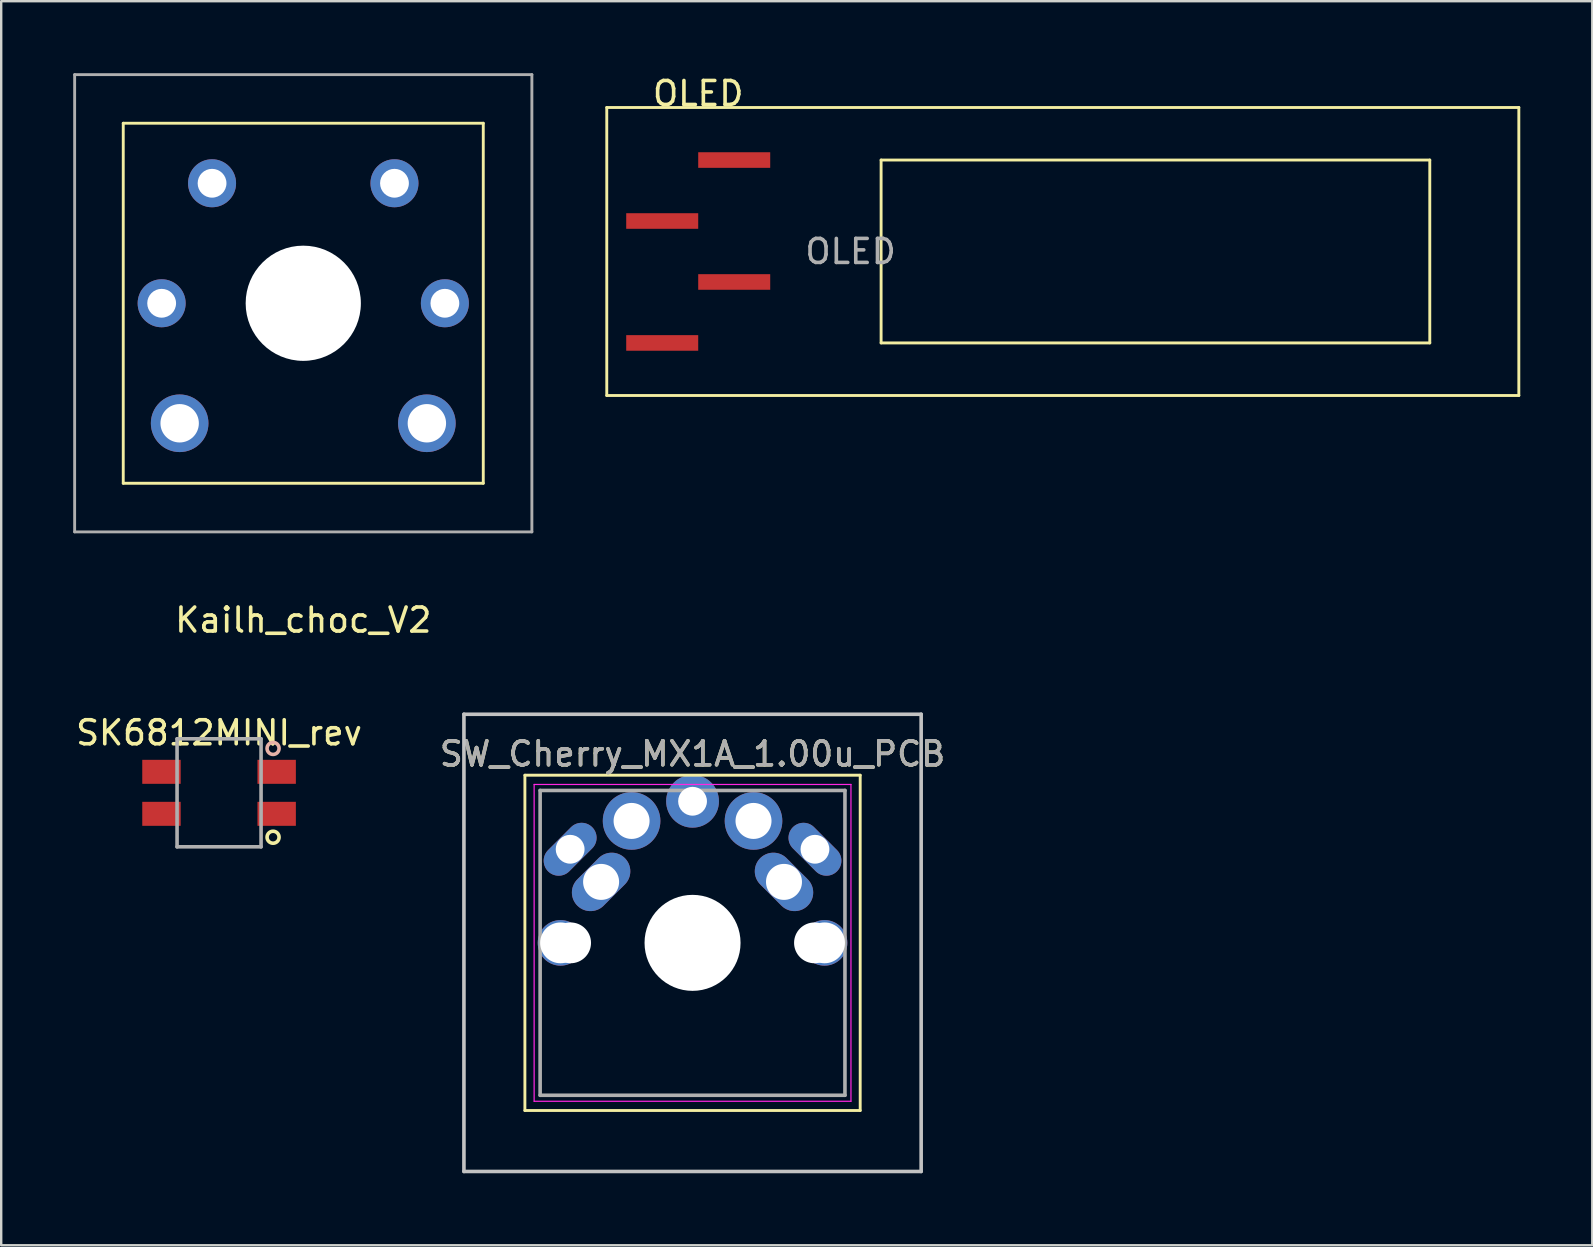
<source format=kicad_pcb>
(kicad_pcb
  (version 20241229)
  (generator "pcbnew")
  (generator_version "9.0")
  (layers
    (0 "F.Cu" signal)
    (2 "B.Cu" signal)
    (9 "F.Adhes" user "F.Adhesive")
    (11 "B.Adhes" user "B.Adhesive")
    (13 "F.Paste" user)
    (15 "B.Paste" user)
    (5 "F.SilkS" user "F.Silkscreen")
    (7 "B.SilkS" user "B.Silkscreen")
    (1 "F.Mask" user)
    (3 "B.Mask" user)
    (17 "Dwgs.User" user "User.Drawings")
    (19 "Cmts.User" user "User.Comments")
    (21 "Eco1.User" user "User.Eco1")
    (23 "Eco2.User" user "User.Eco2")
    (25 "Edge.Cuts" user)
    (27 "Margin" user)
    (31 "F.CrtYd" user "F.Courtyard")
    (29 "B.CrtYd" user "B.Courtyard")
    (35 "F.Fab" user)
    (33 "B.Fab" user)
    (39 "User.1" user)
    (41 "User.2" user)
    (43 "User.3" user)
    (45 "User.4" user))
  (footprint "SW_Cherry_MX1A_1.00u_PCB"
    (layer "F.Cu")
    (at 25.804 36.233)
    (property "Reference" "SW_Cherry_MX1A_1.00u_PCB" (at 0 -7.874 0) (layer "F.SilkS") (effects (font (size 1 1) (thickness 0.15))))
    (attr through_hole)
    (fp_line (start -6.985 -6.985) (end 6.985 -6.985) (stroke (width 0.12) (type solid)) (layer "F.SilkS"))
    (fp_line (start -6.985 6.985) (end -6.985 -6.985) (stroke (width 0.12) (type solid)) (layer "F.SilkS"))
    (fp_line (start 6.985 -6.985) (end 6.985 6.985) (stroke (width 0.12) (type solid)) (layer "F.SilkS"))
    (fp_line (start 6.985 6.985) (end -6.985 6.985) (stroke (width 0.12) (type solid)) (layer "F.SilkS"))
    (fp_line (start -9.525 -9.525) (end 9.525 -9.525) (stroke (width 0.15) (type solid)) (layer "Dwgs.User"))
    (fp_line (start -9.525 9.525) (end -9.525 -9.525) (stroke (width 0.15) (type solid)) (layer "Dwgs.User"))
    (fp_line (start 9.525 -9.525) (end 9.525 9.525) (stroke (width 0.15) (type solid)) (layer "Dwgs.User"))
    (fp_line (start 9.525 9.525) (end -9.525 9.525) (stroke (width 0.15) (type solid)) (layer "Dwgs.User"))
    (fp_line (start -6.6 -6.6) (end 6.6 -6.6) (stroke (width 0.05) (type solid)) (layer "F.CrtYd"))
    (fp_line (start -6.6 6.6) (end -6.6 -6.6) (stroke (width 0.05) (type solid)) (layer "F.CrtYd"))
    (fp_line (start 6.6 -6.6) (end 6.6 6.6) (stroke (width 0.05) (type solid)) (layer "F.CrtYd"))
    (fp_line (start 6.6 6.6) (end -6.6 6.6) (stroke (width 0.05) (type solid)) (layer "F.CrtYd"))
    (fp_line (start -6.35 -6.35) (end 6.35 -6.35) (stroke (width 0.15) (type solid)) (layer "F.Fab"))
    (fp_line (start -6.35 6.35) (end -6.35 -6.35) (stroke (width 0.15) (type solid)) (layer "F.Fab"))
    (fp_line (start 6.35 -6.35) (end 6.35 6.35) (stroke (width 0.15) (type solid)) (layer "F.Fab"))
    (fp_line (start 6.35 6.35) (end -6.35 6.35) (stroke (width 0.15) (type solid)) (layer "F.Fab"))
    (fp_text user "${REFERENCE}" (at 0 -7.874 0) (layer "F.Fab") (effects (font (size 1 1) (thickness 0.15))))
    (pad "" np_thru_hole circle (at -5.5 0) (size 1.9 1.9) (drill 1.7) (layers "*.Cu" "*.Mask"))
    (pad "" np_thru_hole circle (at -5.08 0) (size 1.7 1.7) (drill 1.7) (layers "*.Cu" "*.Mask"))
    (pad "" np_thru_hole circle (at 0 0) (size 4 4) (drill 4) (layers "*.Cu" "*.Mask"))
    (pad "" np_thru_hole circle (at 5.08 0) (size 1.7 1.7) (drill 1.7) (layers "*.Cu" "*.Mask"))
    (pad "" np_thru_hole circle (at 5.5 0) (size 1.9 1.9) (drill 1.7) (layers "*.Cu" "*.Mask"))
    (pad "1" thru_hole oval (at -5.1 -3.9 315) (size 1.25 2.6) (drill 1.2) (layers "*.Cu" "*.Mask"))
    (pad "1" thru_hole oval (at -3.81 -2.54 315) (size 1.55 2.8) (drill 1.5) (layers "*.Cu" "*.Mask"))
    (pad "1" thru_hole circle (at -2.54 -5.08) (size 2.4 2.4) (drill 1.5) (layers "*.Cu" "*.Mask"))
    (pad "1" thru_hole oval (at 5.1 -3.9 45) (size 1.25 2.6) (drill 1.2) (layers "*.Cu" "*.Mask"))
    (pad "2" thru_hole circle (at 0 -5.9) (size 2.2 2.2) (drill 1.2) (layers "*.Cu" "*.Mask"))
    (pad "2" thru_hole circle (at 2.54 -5.08) (size 2.4 2.4) (drill 1.5) (layers "*.Cu" "*.Mask"))
    (pad "2" thru_hole oval (at 3.81 -2.54 45) (size 1.55 2.8) (drill 1.5) (layers "*.Cu" "*.Mask")))
  (footprint "Kailh_choc_V2"
    (layer "F.Cu")
    (at 9.585 9.585)
    (property "Reference" "Kailh_choc_V2" (at 0 13.2 0) (layer "F.SilkS") (effects (font (size 1 1) (thickness 0.15))))
    (attr through_hole)
    (fp_line (start -7.5 -7.5) (end 7.5 -7.5) (stroke (width 0.12) (type solid)) (layer "F.SilkS"))
    (fp_line (start -7.5 7.5) (end -7.5 -7.5) (stroke (width 0.12) (type solid)) (layer "F.SilkS"))
    (fp_line (start -7.5 7.5) (end 7.5 7.5) (stroke (width 0.12) (type solid)) (layer "F.SilkS"))
    (fp_line (start 7.5 -7.5) (end 7.5 7.5) (stroke (width 0.12) (type solid)) (layer "F.SilkS"))
    (fp_line (start -9.525 -9.525) (end 9.525 -9.525) (stroke (width 0.12) (type solid)) (layer "F.Fab"))
    (fp_line (start -9.525 9.525) (end -9.525 -9.525) (stroke (width 0.12) (type solid)) (layer "F.Fab"))
    (fp_line (start 9.525 -9.525) (end 9.525 9.525) (stroke (width 0.12) (type solid)) (layer "F.Fab"))
    (fp_line (start 9.525 9.525) (end -9.525 9.525) (stroke (width 0.12) (type solid)) (layer "F.Fab"))
    (pad "" np_thru_hole circle (at -5.15 5) (size 2.4 2.4) (drill 1.6) (layers "*.Cu" "*.Mask"))
    (pad "" np_thru_hole circle (at 0 0) (size 4.8 4.8) (drill 4.8) (layers "*.Cu" "*.Mask"))
    (pad "" np_thru_hole circle (at 5.15 5) (size 2.4 2.4) (drill 1.6) (layers "*.Cu" "*.Mask"))
    (pad "1" thru_hole circle (at -5.9 0) (size 2 2) (drill 1.2) (layers "*.Cu" "*.Mask"))
    (pad "1" thru_hole circle (at 5.9 0) (size 2 2) (drill 1.2) (layers "*.Cu" "*.Mask"))
    (pad "2" thru_hole circle (at -3.8 -5) (size 2 2) (drill 1.2) (layers "*.Cu" "*.Mask"))
    (pad "2" thru_hole circle (at 3.8 -5) (size 2 2) (drill 1.2) (layers "*.Cu" "*.Mask")))
  (footprint "SK6812MINI_rev"
    (layer "F.Cu")
    (at 6.077 29.982)
    (property "Reference" "SK6812MINI_rev" (at 0 -2.5 0) (layer "F.SilkS") (effects (font (size 1 1) (thickness 0.15))))
    (attr through_hole)
    (fp_circle (center 2.25 1.85) (end 2.25 1.6) (stroke (width 0.15) (type solid)) (fill no) (layer "F.SilkS"))
    (fp_circle (center 2.25 -1.85) (end 2.25 -2.1) (stroke (width 0.15) (type solid)) (fill no) (layer "B.SilkS"))
    (fp_line (start -1.75 -2.25) (end -1.75 2.25) (stroke (width 0.15) (type solid)) (layer "F.Fab"))
    (fp_line (start -1.75 -2.25) (end 1.75 -2.25) (stroke (width 0.15) (type solid)) (layer "F.Fab"))
    (fp_line (start 1.75 -2.25) (end 1.75 2.25) (stroke (width 0.15) (type solid)) (layer "F.Fab"))
    (fp_line (start 1.75 2.25) (end -1.75 2.25) (stroke (width 0.15) (type solid)) (layer "F.Fab"))
    (pad "1" smd rect (at -2.4 0.875) (size 1.6 1) (layers "F.Cu" "F.Mask" "F.Paste"))
    (pad "2" smd rect (at -2.4 -0.875) (size 1.6 1) (layers "F.Cu" "F.Mask" "F.Paste"))
    (pad "3" smd rect (at 2.4 -0.875) (size 1.6 1) (layers "F.Cu" "F.Mask" "F.Paste"))
    (pad "4" smd rect (at 2.4 0.875) (size 1.6 1) (layers "F.Cu" "F.Mask" "F.Paste")))
  (footprint "OLED"
    (layer "F.Cu")
    (at 26.04 7.428)
    (property "Reference" "OLED" (at 0 -6.58 180) (layer "F.SilkS") (effects (font (size 1 1) (thickness 0.15))))
    (attr through_hole)
    (fp_line (start -3.81 -6) (end -3.81 6) (stroke (width 0.12) (type solid)) (layer "F.SilkS"))
    (fp_line (start -3.81 -6) (end 34.19 -6) (stroke (width 0.12) (type solid)) (layer "F.SilkS"))
    (fp_line (start -3.81 6) (end 34.19 6) (stroke (width 0.12) (type solid)) (layer "F.SilkS"))
    (fp_line (start 7.62 -3.81) (end 7.62 3.81) (stroke (width 0.12) (type solid)) (layer "F.SilkS"))
    (fp_line (start 7.62 3.81) (end 30.48 3.81) (stroke (width 0.12) (type solid)) (layer "F.SilkS"))
    (fp_line (start 30.48 -3.81) (end 7.62 -3.81) (stroke (width 0.12) (type solid)) (layer "F.SilkS"))
    (fp_line (start 30.48 3.81) (end 30.48 -3.81) (stroke (width 0.12) (type solid)) (layer "F.SilkS"))
    (fp_line (start 34.19 6) (end 34.19 -6) (stroke (width 0.12) (type solid)) (layer "F.SilkS"))
    (fp_text user "${REFERENCE}" (at 6.35 0 180) (layer "F.Fab") (effects (font (size 1 1) (thickness 0.15))))
    (pad "1" smd rect (at 1.5 -3.81) (size 3 0.65) (layers "F.Cu" "F.Mask" "F.Paste"))
    (pad "2" smd rect (at -1.5 -1.27) (size 3 0.65) (layers "F.Cu" "F.Mask" "F.Paste"))
    (pad "3" smd rect (at 1.5 1.27) (size 3 0.65) (layers "F.Cu" "F.Mask" "F.Paste"))
    (pad "4" smd rect (at -1.5 3.81) (size 3 0.65) (layers "F.Cu" "F.Mask" "F.Paste")))
  (gr_rect
    (start -3 -3)
    (end 63.29 48.833)
    (stroke (width 0.1) (type default))
    (fill no)
    (layer "Edge.Cuts")))
</source>
